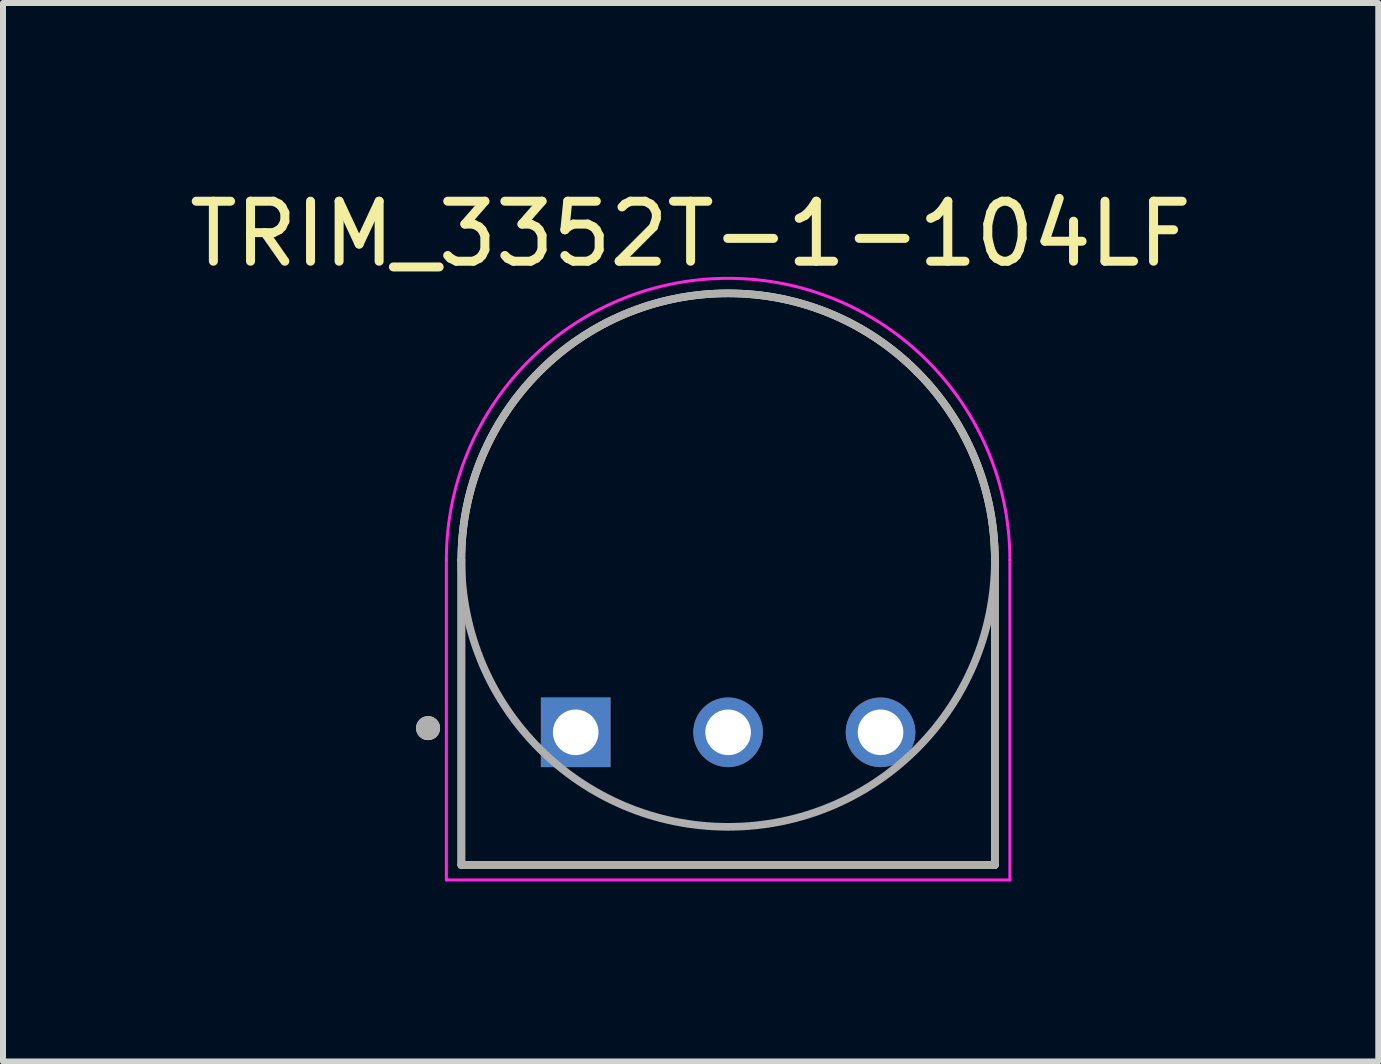
<source format=kicad_pcb>
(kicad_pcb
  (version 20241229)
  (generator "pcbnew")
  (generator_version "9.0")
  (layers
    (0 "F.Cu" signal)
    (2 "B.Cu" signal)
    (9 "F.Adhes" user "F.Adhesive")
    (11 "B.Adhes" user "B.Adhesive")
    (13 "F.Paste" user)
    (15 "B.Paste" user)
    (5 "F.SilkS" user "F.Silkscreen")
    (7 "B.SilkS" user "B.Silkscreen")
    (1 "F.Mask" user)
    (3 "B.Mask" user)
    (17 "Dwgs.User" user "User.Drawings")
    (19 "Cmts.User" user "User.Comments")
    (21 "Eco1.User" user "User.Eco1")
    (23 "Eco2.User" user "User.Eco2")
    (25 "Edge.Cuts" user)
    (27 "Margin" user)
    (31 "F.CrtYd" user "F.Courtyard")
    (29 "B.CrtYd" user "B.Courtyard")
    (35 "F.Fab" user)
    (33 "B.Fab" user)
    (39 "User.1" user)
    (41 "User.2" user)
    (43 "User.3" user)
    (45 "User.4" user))
  (footprint "TRIM_3352T-1-104LF"
    (layer "F.Cu")
    (at 9.083 6.283)
    (property "Reference" "TRIM_3352T-1-104LF" (at -0.625 -5.435 0) (layer "F.SilkS") (effects (font (size 1 1) (thickness 0.15))))
    (attr through_hole)
    (fp_line (start -4.445 0) (end -4.445 5.08) (stroke (width 0.127) (type solid)) (layer "F.SilkS"))
    (fp_line (start -4.445 5.08) (end 4.445 5.08) (stroke (width 0.127) (type solid)) (layer "F.SilkS"))
    (fp_line (start 4.445 0) (end 4.445 5.08) (stroke (width 0.127) (type solid)) (layer "F.SilkS"))
    (fp_arc (start -4.445 0) (mid 0 -4.445) (end 4.445 0) (stroke (width 0.127) (type solid)) (layer "F.SilkS"))
    (fp_circle (center -5 2.8) (end -4.9 2.8) (stroke (width 0.2) (type solid)) (fill no) (layer "F.SilkS"))
    (fp_line (start -4.695 0) (end -4.695 5.33) (stroke (width 0.05) (type solid)) (layer "F.CrtYd"))
    (fp_line (start -4.695 5.33) (end 4.695 5.33) (stroke (width 0.05) (type solid)) (layer "F.CrtYd"))
    (fp_line (start 4.695 5.33) (end 4.695 0) (stroke (width 0.05) (type solid)) (layer "F.CrtYd"))
    (fp_arc (start -4.695 0) (mid 0 -4.695) (end 4.695 0) (stroke (width 0.05) (type solid)) (layer "F.CrtYd"))
    (fp_line (start -4.445 0) (end -4.445 5.08) (stroke (width 0.127) (type solid)) (layer "F.Fab"))
    (fp_line (start -4.445 5.08) (end 4.445 5.08) (stroke (width 0.127) (type solid)) (layer "F.Fab"))
    (fp_line (start 4.445 5.08) (end 4.445 0) (stroke (width 0.127) (type solid)) (layer "F.Fab"))
    (fp_circle (center -5 2.8) (end -4.9 2.8) (stroke (width 0.2) (type solid)) (fill no) (layer "F.Fab"))
    (fp_circle (center 0 0) (end 4.445 0) (stroke (width 0.127) (type solid)) (fill no) (layer "F.Fab"))
    (pad "1" thru_hole rect (at -2.54 2.87) (size 1.16 1.16) (drill 0.76) (layers "*.Cu" "*.Mask"))
    (pad "2" thru_hole circle (at 0 2.87) (size 1.16 1.16) (drill 0.76) (layers "*.Cu" "*.Mask"))
    (pad "3" thru_hole circle (at 2.54 2.87) (size 1.16 1.16) (drill 0.76) (layers "*.Cu" "*.Mask")))
  (gr_rect
    (start -3 -3)
    (end 19.917 14.638)
    (stroke (width 0.1) (type default))
    (fill no)
    (layer "Edge.Cuts")))
</source>
